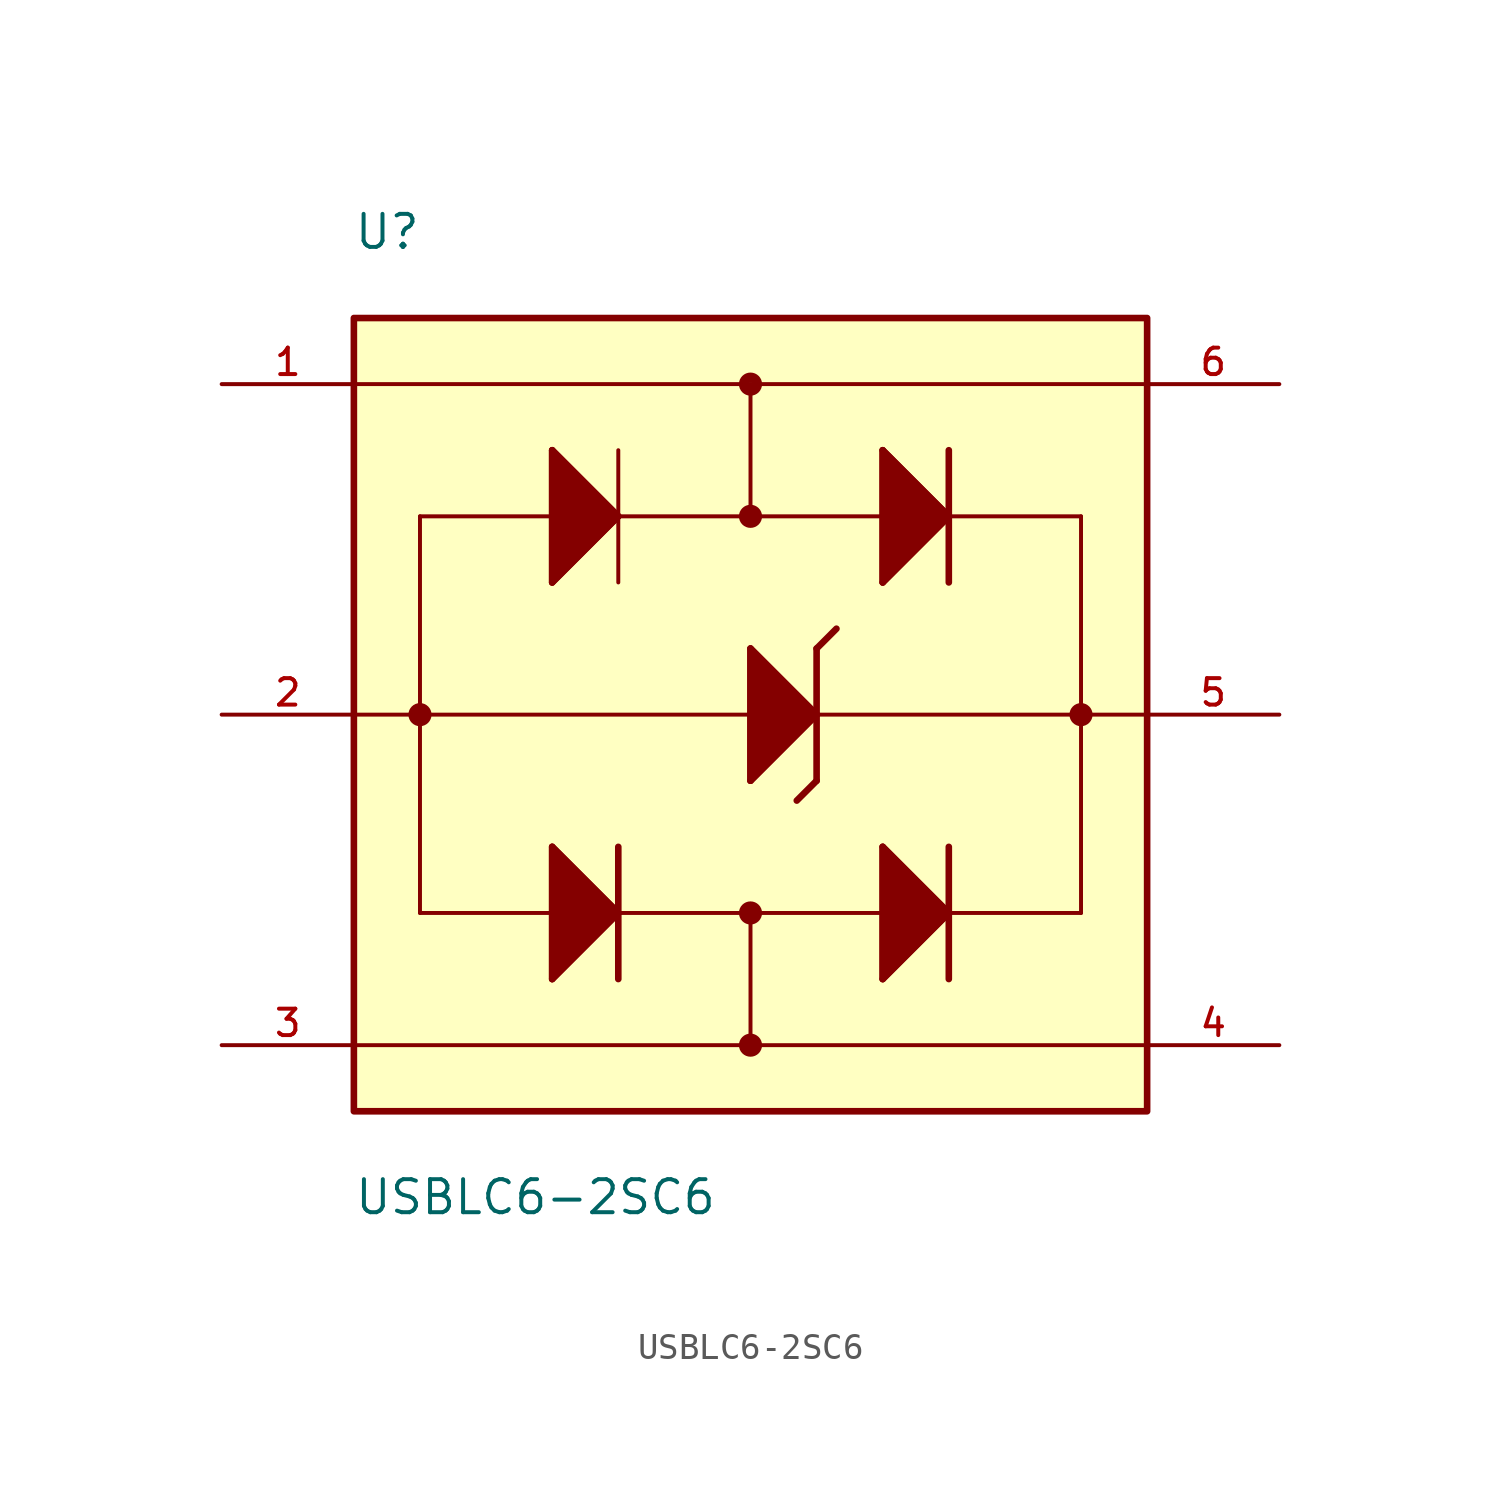
<source format=kicad_sym>
(kicad_symbol_lib
  (version 20211014)
  (generator kicad_symbol_editor)
  (symbol "USBLC6-2SC6"
    (pin_names
      (offset 1.016))
    (property "Reference" "U"
      (at -15.269 17.809 0)
      (effects (font (size 1.27 1.27)) (justify bottom left)))
    (property "Value" "USBLC6-2SC6"
      (at -15.256 -17.796 0)
      (effects (font (size 1.27 1.27)) (justify top left)))
    (symbol "USBLC6-2SC6_0_0"
      (polyline (pts (xy -12.7 7.62) (xy -7.62 7.62)) (stroke (width 0.152)))
      (polyline (pts (xy -7.62 7.62) (xy -7.62 10.16)) (stroke (width 0.254)))
      (polyline (pts (xy -7.62 10.16) (xy -5.08 7.62)) (stroke (width 0.254)))
      (polyline (pts (xy -5.08 7.62) (xy -7.62 5.08)) (stroke (width 0.254)))
      (polyline (pts (xy -7.62 5.08) (xy -7.62 7.62)) (stroke (width 0.254)))
      (polyline (pts (xy -5.08 10.16) (xy -5.08 7.62)) (stroke (width 0.152)))
      (polyline (pts (xy -5.08 7.62) (xy -5.08 5.08)) (stroke (width 0.152)))
      (polyline (pts (xy -5.08 7.62) (xy 0.0 7.62)) (stroke (width 0.152)))
      (polyline (pts (xy 0.0 7.62) (xy 5.08 7.62)) (stroke (width 0.152)))
      (polyline (pts (xy 5.08 7.62) (xy 5.08 10.16)) (stroke (width 0.254)))
      (polyline (pts (xy 5.08 10.16) (xy 7.62 7.62)) (stroke (width 0.254)))
      (polyline (pts (xy 7.62 7.62) (xy 5.08 5.08)) (stroke (width 0.254)))
      (polyline (pts (xy 5.08 5.08) (xy 5.08 7.62)) (stroke (width 0.254)))
      (polyline (pts (xy 7.62 10.16) (xy 7.62 7.62)) (stroke (width 0.254)))
      (polyline (pts (xy 7.62 7.62) (xy 7.62 5.08)) (stroke (width 0.254)))
      (polyline (pts (xy 7.62 7.62) (xy 12.7 7.62)) (stroke (width 0.152)))
      (polyline (pts (xy -7.62 10.16) (xy -7.62 5.08) (xy -5.08 7.62) (xy -7.62 10.16)) (stroke (width 0.254)) (fill (type outline)))
      (polyline (pts (xy 5.08 10.16) (xy 5.08 5.08) (xy 7.62 7.62) (xy 5.08 10.16)) (stroke (width 0.254)) (fill (type outline)))
      (polyline (pts (xy -12.7 -7.62) (xy -7.62 -7.62)) (stroke (width 0.152)))
      (polyline (pts (xy -7.62 -7.62) (xy -7.62 -5.08)) (stroke (width 0.254)))
      (polyline (pts (xy -7.62 -5.08) (xy -5.08 -7.62)) (stroke (width 0.254)))
      (polyline (pts (xy -5.08 -7.62) (xy -7.62 -10.16)) (stroke (width 0.254)))
      (polyline (pts (xy -7.62 -10.16) (xy -7.62 -7.62)) (stroke (width 0.254)))
      (polyline (pts (xy -5.08 -5.08) (xy -5.08 -7.62)) (stroke (width 0.254)))
      (polyline (pts (xy -5.08 -7.62) (xy -5.08 -10.16)) (stroke (width 0.254)))
      (polyline (pts (xy -5.08 -7.62) (xy 0.0 -7.62)) (stroke (width 0.152)))
      (polyline (pts (xy 0.0 -7.62) (xy 5.08 -7.62)) (stroke (width 0.152)))
      (polyline (pts (xy 5.08 -7.62) (xy 5.08 -5.08)) (stroke (width 0.254)))
      (polyline (pts (xy 5.08 -5.08) (xy 7.62 -7.62)) (stroke (width 0.254)))
      (polyline (pts (xy 7.62 -7.62) (xy 5.08 -10.16)) (stroke (width 0.254)))
      (polyline (pts (xy 5.08 -10.16) (xy 5.08 -7.62)) (stroke (width 0.254)))
      (polyline (pts (xy 7.62 -5.08) (xy 7.62 -7.62)) (stroke (width 0.254)))
      (polyline (pts (xy 7.62 -7.62) (xy 7.62 -10.16)) (stroke (width 0.254)))
      (polyline (pts (xy 7.62 -7.62) (xy 12.7 -7.62)) (stroke (width 0.152)))
      (polyline (pts (xy -7.62 -5.08) (xy -7.62 -10.16) (xy -5.08 -7.62) (xy -7.62 -5.08)) (stroke (width 0.254)) (fill (type outline)))
      (polyline (pts (xy 5.08 -5.08) (xy 5.08 -10.16) (xy 7.62 -7.62) (xy 5.08 -5.08)) (stroke (width 0.254)) (fill (type outline)))
      (polyline (pts (xy -12.7 0.0) (xy 0.0 0.0)) (stroke (width 0.152)))
      (polyline (pts (xy 0.0 0.0) (xy 0.0 2.54)) (stroke (width 0.254)))
      (polyline (pts (xy 0.0 2.54) (xy 2.54 0.0)) (stroke (width 0.254)))
      (polyline (pts (xy 2.54 0.0) (xy 0.0 -2.54)) (stroke (width 0.254)))
      (polyline (pts (xy 0.0 -2.54) (xy 0.0 0.0)) (stroke (width 0.254)))
      (polyline (pts (xy 2.54 0.0) (xy 12.7 0.0)) (stroke (width 0.152)))
      (polyline (pts (xy 2.54 2.54) (xy 2.54 -2.54)) (stroke (width 0.254)))
      (polyline (pts (xy 2.54 2.54) (xy 3.302 3.302)) (stroke (width 0.254)))
      (polyline (pts (xy 2.54 -2.54) (xy 1.778 -3.302)) (stroke (width 0.254)))
      (polyline (pts (xy -12.7 7.62) (xy -12.7 0.0)) (stroke (width 0.152)))
      (polyline (pts (xy -12.7 0.0) (xy -12.7 -7.62)) (stroke (width 0.152)))
      (polyline (pts (xy 12.7 7.62) (xy 12.7 0.0)) (stroke (width 0.152)))
      (polyline (pts (xy 12.7 0.0) (xy 12.7 -7.62)) (stroke (width 0.152)))
      (polyline (pts (xy 12.7 0.0) (xy 15.24 0.0)) (stroke (width 0.152)))
      (polyline (pts (xy -12.7 0.0) (xy -15.24 0.0)) (stroke (width 0.152)))
      (polyline (pts (xy 0.0 2.54) (xy 0.0 -2.54) (xy 2.54 0.0) (xy 0.0 2.54)) (stroke (width 0.254)) (fill (type outline)))
      (circle (center 0.0 -12.7) (radius 0.254) (stroke (width 0.381)) (fill (type none)))
      (polyline (pts (xy 0.0 -7.62) (xy 0.0 -12.7)) (stroke (width 0.152)))
      (polyline (pts (xy 0.0 7.62) (xy 0.0 12.7)) (stroke (width 0.152)))
      (circle (center -12.7 0.0) (radius 0.254) (stroke (width 0.381)) (fill (type none)))
      (circle (center 12.7 0.0) (radius 0.254) (stroke (width 0.381)) (fill (type none)))
      (circle (center 0.0 12.7) (radius 0.254) (stroke (width 0.381)) (fill (type none)))
      (circle (center 0.0 7.62) (radius 0.254) (stroke (width 0.381)) (fill (type none)))
      (circle (center 0.0 -7.62) (radius 0.254) (stroke (width 0.381)) (fill (type none)))
      (polyline (pts (xy -15.24 12.7) (xy 15.24 12.7)) (stroke (width 0.152)))
      (polyline (pts (xy -15.24 -12.7) (xy 15.24 -12.7)) (stroke (width 0.152)))
      (rectangle (start -15.24 -15.24) (end 15.24 15.24) (stroke (width 0.254)) (fill (type background)))
      (pin power_in line (at -20.32 0.0 0) (length 5.08) (name "~" (effects (font (size 1.016 1.016)))) (number "2" (effects (font (size 1.016 1.016)))))
      (pin power_in line (at 20.32 0.0 180.0) (length 5.08) (name "~" (effects (font (size 1.016 1.016)))) (number "5" (effects (font (size 1.016 1.016)))))
      (pin bidirectional line (at -20.32 12.7 0) (length 5.08) (name "~" (effects (font (size 1.016 1.016)))) (number "1" (effects (font (size 1.016 1.016)))))
      (pin bidirectional line (at -20.32 -12.7 0) (length 5.08) (name "~" (effects (font (size 1.016 1.016)))) (number "3" (effects (font (size 1.016 1.016)))))
      (pin bidirectional line (at 20.32 12.7 180.0) (length 5.08) (name "~" (effects (font (size 1.016 1.016)))) (number "6" (effects (font (size 1.016 1.016)))))
      (pin bidirectional line (at 20.32 -12.7 180.0) (length 5.08) (name "~" (effects (font (size 1.016 1.016)))) (number "4" (effects (font (size 1.016 1.016))))))))
</source>
